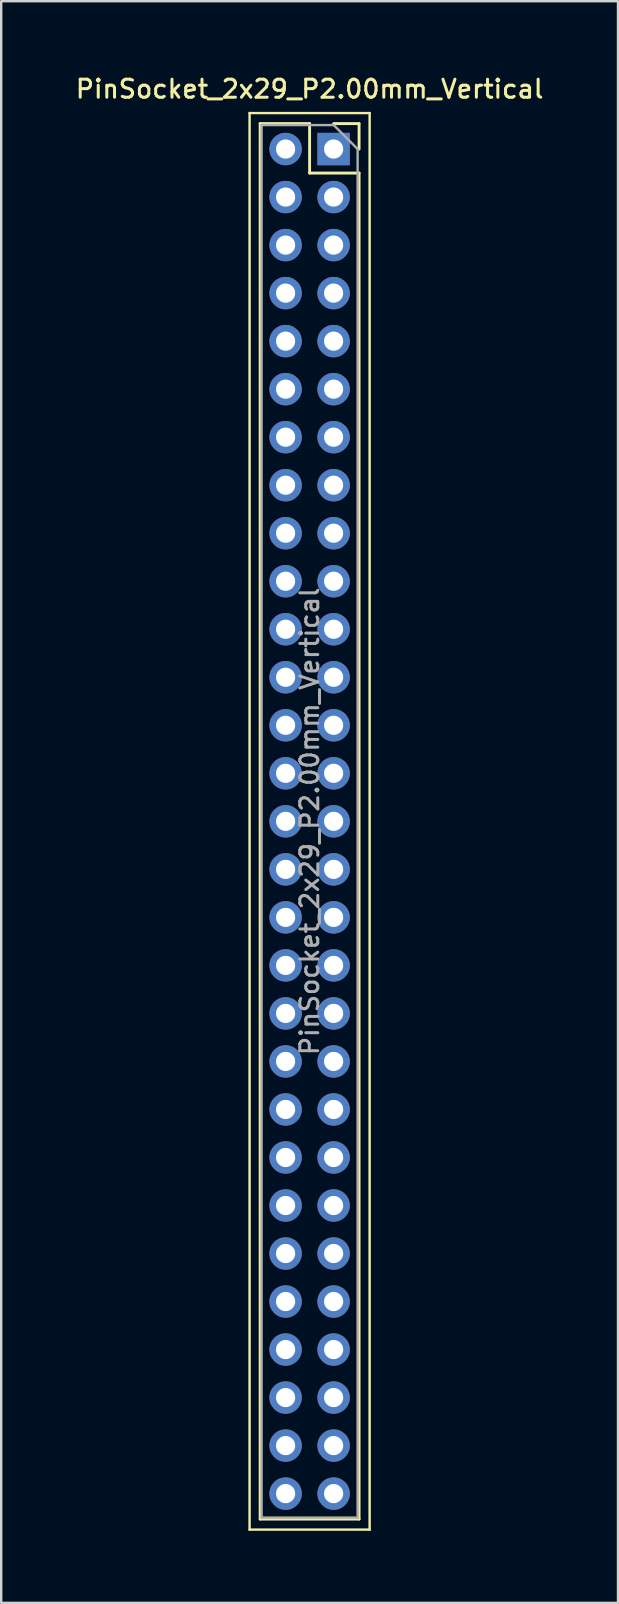
<source format=kicad_pcb>
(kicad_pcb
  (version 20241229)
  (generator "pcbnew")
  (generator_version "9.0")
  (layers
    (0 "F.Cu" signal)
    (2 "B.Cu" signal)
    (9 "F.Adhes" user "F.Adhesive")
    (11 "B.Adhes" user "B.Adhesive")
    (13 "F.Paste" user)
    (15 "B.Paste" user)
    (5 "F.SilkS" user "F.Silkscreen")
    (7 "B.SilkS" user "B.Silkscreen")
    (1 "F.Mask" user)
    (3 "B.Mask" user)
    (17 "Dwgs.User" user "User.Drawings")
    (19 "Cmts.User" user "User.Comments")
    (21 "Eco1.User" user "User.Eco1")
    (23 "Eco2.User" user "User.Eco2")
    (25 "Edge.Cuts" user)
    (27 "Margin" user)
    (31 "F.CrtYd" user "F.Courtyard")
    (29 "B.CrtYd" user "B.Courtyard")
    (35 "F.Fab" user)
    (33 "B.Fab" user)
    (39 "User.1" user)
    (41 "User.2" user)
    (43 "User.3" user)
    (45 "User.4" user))
  (footprint "PinSocket_2x29_P2.00mm_Vertical"
    (layer "F.Cu")
    (at 10.845 3.158)
    (property "Reference" "PinSocket_2x29_P2.00mm_Vertical" (at -1 -2.5 0) (layer "F.SilkS") (effects (font (size 0.75 0.75) (thickness 0.125))))
    (attr through_hole)
    (fp_line (start -3.5 -1.5) (end 1.5 -1.5) (stroke (width 0.1) (type solid)) (layer "F.SilkS"))
    (fp_line (start -3.5 57.5) (end -3.5 -1.5) (stroke (width 0.1) (type solid)) (layer "F.SilkS"))
    (fp_line (start -3.06 -1.06) (end -3.06 57.06) (stroke (width 0.12) (type solid)) (layer "F.SilkS"))
    (fp_line (start -3.06 -1.06) (end -1 -1.06) (stroke (width 0.12) (type solid)) (layer "F.SilkS"))
    (fp_line (start -3.06 57.06) (end 1.06 57.06) (stroke (width 0.12) (type solid)) (layer "F.SilkS"))
    (fp_line (start -1 -1.06) (end -1 1) (stroke (width 0.12) (type solid)) (layer "F.SilkS"))
    (fp_line (start -1 1) (end 1.06 1) (stroke (width 0.12) (type solid)) (layer "F.SilkS"))
    (fp_line (start 0 -1.06) (end 1.06 -1.06) (stroke (width 0.12) (type solid)) (layer "F.SilkS"))
    (fp_line (start 1.06 -1.06) (end 1.06 0) (stroke (width 0.12) (type solid)) (layer "F.SilkS"))
    (fp_line (start 1.06 1) (end 1.06 57.06) (stroke (width 0.12) (type solid)) (layer "F.SilkS"))
    (fp_line (start 1.5 -1.5) (end 1.5 57.5) (stroke (width 0.1) (type solid)) (layer "F.SilkS"))
    (fp_line (start 1.5 57.5) (end -3.5 57.5) (stroke (width 0.1) (type solid)) (layer "F.SilkS"))
    (fp_line (start -3 -1) (end 0 -1) (stroke (width 0.1) (type solid)) (layer "F.Fab"))
    (fp_line (start -3 57) (end -3 -1) (stroke (width 0.1) (type solid)) (layer "F.Fab"))
    (fp_line (start 0 -1) (end 1 0) (stroke (width 0.1) (type solid)) (layer "F.Fab"))
    (fp_line (start 1 0) (end 1 57) (stroke (width 0.1) (type solid)) (layer "F.Fab"))
    (fp_line (start 1 57) (end -3 57) (stroke (width 0.1) (type solid)) (layer "F.Fab"))
    (fp_text user "${REFERENCE}" (at -1 28 90) (layer "F.Fab") (effects (font (size 0.75 0.75) (thickness 0.125))))
    (pad "1" thru_hole rect (at 0 0) (size 1.35 1.35) (drill 0.8) (layers "*.Cu" "*.Mask"))
    (pad "2" thru_hole oval (at -2 0) (size 1.35 1.35) (drill 0.8) (layers "*.Cu" "*.Mask"))
    (pad "3" thru_hole oval (at 0 2) (size 1.35 1.35) (drill 0.8) (layers "*.Cu" "*.Mask"))
    (pad "4" thru_hole oval (at -2 2) (size 1.35 1.35) (drill 0.8) (layers "*.Cu" "*.Mask"))
    (pad "5" thru_hole oval (at 0 4) (size 1.35 1.35) (drill 0.8) (layers "*.Cu" "*.Mask"))
    (pad "6" thru_hole oval (at -2 4) (size 1.35 1.35) (drill 0.8) (layers "*.Cu" "*.Mask"))
    (pad "7" thru_hole oval (at 0 6) (size 1.35 1.35) (drill 0.8) (layers "*.Cu" "*.Mask"))
    (pad "8" thru_hole oval (at -2 6) (size 1.35 1.35) (drill 0.8) (layers "*.Cu" "*.Mask"))
    (pad "9" thru_hole oval (at 0 8) (size 1.35 1.35) (drill 0.8) (layers "*.Cu" "*.Mask"))
    (pad "10" thru_hole oval (at -2 8) (size 1.35 1.35) (drill 0.8) (layers "*.Cu" "*.Mask"))
    (pad "11" thru_hole oval (at 0 10) (size 1.35 1.35) (drill 0.8) (layers "*.Cu" "*.Mask"))
    (pad "12" thru_hole oval (at -2 10) (size 1.35 1.35) (drill 0.8) (layers "*.Cu" "*.Mask"))
    (pad "13" thru_hole oval (at 0 12) (size 1.35 1.35) (drill 0.8) (layers "*.Cu" "*.Mask"))
    (pad "14" thru_hole oval (at -2 12) (size 1.35 1.35) (drill 0.8) (layers "*.Cu" "*.Mask"))
    (pad "15" thru_hole oval (at 0 14) (size 1.35 1.35) (drill 0.8) (layers "*.Cu" "*.Mask"))
    (pad "16" thru_hole oval (at -2 14) (size 1.35 1.35) (drill 0.8) (layers "*.Cu" "*.Mask"))
    (pad "17" thru_hole oval (at 0 16) (size 1.35 1.35) (drill 0.8) (layers "*.Cu" "*.Mask"))
    (pad "18" thru_hole oval (at -2 16) (size 1.35 1.35) (drill 0.8) (layers "*.Cu" "*.Mask"))
    (pad "19" thru_hole oval (at 0 18) (size 1.35 1.35) (drill 0.8) (layers "*.Cu" "*.Mask"))
    (pad "20" thru_hole oval (at -2 18) (size 1.35 1.35) (drill 0.8) (layers "*.Cu" "*.Mask"))
    (pad "21" thru_hole oval (at 0 20) (size 1.35 1.35) (drill 0.8) (layers "*.Cu" "*.Mask"))
    (pad "22" thru_hole oval (at -2 20) (size 1.35 1.35) (drill 0.8) (layers "*.Cu" "*.Mask"))
    (pad "23" thru_hole oval (at 0 22) (size 1.35 1.35) (drill 0.8) (layers "*.Cu" "*.Mask"))
    (pad "24" thru_hole oval (at -2 22) (size 1.35 1.35) (drill 0.8) (layers "*.Cu" "*.Mask"))
    (pad "25" thru_hole oval (at 0 24) (size 1.35 1.35) (drill 0.8) (layers "*.Cu" "*.Mask"))
    (pad "26" thru_hole oval (at -2 24) (size 1.35 1.35) (drill 0.8) (layers "*.Cu" "*.Mask"))
    (pad "27" thru_hole oval (at 0 26) (size 1.35 1.35) (drill 0.8) (layers "*.Cu" "*.Mask"))
    (pad "28" thru_hole oval (at -2 26) (size 1.35 1.35) (drill 0.8) (layers "*.Cu" "*.Mask"))
    (pad "29" thru_hole oval (at 0 28) (size 1.35 1.35) (drill 0.8) (layers "*.Cu" "*.Mask"))
    (pad "30" thru_hole oval (at -2 28) (size 1.35 1.35) (drill 0.8) (layers "*.Cu" "*.Mask"))
    (pad "31" thru_hole oval (at 0 30) (size 1.35 1.35) (drill 0.8) (layers "*.Cu" "*.Mask"))
    (pad "32" thru_hole oval (at -2 30) (size 1.35 1.35) (drill 0.8) (layers "*.Cu" "*.Mask"))
    (pad "33" thru_hole oval (at 0 32) (size 1.35 1.35) (drill 0.8) (layers "*.Cu" "*.Mask"))
    (pad "34" thru_hole oval (at -2 32) (size 1.35 1.35) (drill 0.8) (layers "*.Cu" "*.Mask"))
    (pad "35" thru_hole oval (at 0 34) (size 1.35 1.35) (drill 0.8) (layers "*.Cu" "*.Mask"))
    (pad "36" thru_hole oval (at -2 34) (size 1.35 1.35) (drill 0.8) (layers "*.Cu" "*.Mask"))
    (pad "37" thru_hole oval (at 0 36) (size 1.35 1.35) (drill 0.8) (layers "*.Cu" "*.Mask"))
    (pad "38" thru_hole oval (at -2 36) (size 1.35 1.35) (drill 0.8) (layers "*.Cu" "*.Mask"))
    (pad "39" thru_hole oval (at 0 38) (size 1.35 1.35) (drill 0.8) (layers "*.Cu" "*.Mask"))
    (pad "40" thru_hole oval (at -2 38) (size 1.35 1.35) (drill 0.8) (layers "*.Cu" "*.Mask"))
    (pad "41" thru_hole oval (at 0 40) (size 1.35 1.35) (drill 0.8) (layers "*.Cu" "*.Mask"))
    (pad "42" thru_hole oval (at -2 40) (size 1.35 1.35) (drill 0.8) (layers "*.Cu" "*.Mask"))
    (pad "43" thru_hole oval (at 0 42) (size 1.35 1.35) (drill 0.8) (layers "*.Cu" "*.Mask"))
    (pad "44" thru_hole oval (at -2 42) (size 1.35 1.35) (drill 0.8) (layers "*.Cu" "*.Mask"))
    (pad "45" thru_hole oval (at 0 44) (size 1.35 1.35) (drill 0.8) (layers "*.Cu" "*.Mask"))
    (pad "46" thru_hole oval (at -2 44) (size 1.35 1.35) (drill 0.8) (layers "*.Cu" "*.Mask"))
    (pad "47" thru_hole oval (at 0 46) (size 1.35 1.35) (drill 0.8) (layers "*.Cu" "*.Mask"))
    (pad "48" thru_hole oval (at -2 46) (size 1.35 1.35) (drill 0.8) (layers "*.Cu" "*.Mask"))
    (pad "49" thru_hole oval (at 0 48) (size 1.35 1.35) (drill 0.8) (layers "*.Cu" "*.Mask"))
    (pad "50" thru_hole oval (at -2 48) (size 1.35 1.35) (drill 0.8) (layers "*.Cu" "*.Mask"))
    (pad "51" thru_hole oval (at 0 50) (size 1.35 1.35) (drill 0.8) (layers "*.Cu" "*.Mask"))
    (pad "52" thru_hole oval (at -2 50) (size 1.35 1.35) (drill 0.8) (layers "*.Cu" "*.Mask"))
    (pad "53" thru_hole oval (at 0 52) (size 1.35 1.35) (drill 0.8) (layers "*.Cu" "*.Mask"))
    (pad "54" thru_hole oval (at -2 52) (size 1.35 1.35) (drill 0.8) (layers "*.Cu" "*.Mask"))
    (pad "55" thru_hole oval (at 0 54) (size 1.35 1.35) (drill 0.8) (layers "*.Cu" "*.Mask"))
    (pad "56" thru_hole oval (at -2 54) (size 1.35 1.35) (drill 0.8) (layers "*.Cu" "*.Mask"))
    (pad "57" thru_hole oval (at 0 56) (size 1.35 1.35) (drill 0.8) (layers "*.Cu" "*.Mask"))
    (pad "58" thru_hole oval (at -2 56) (size 1.35 1.35) (drill 0.8) (layers "*.Cu" "*.Mask")))
  (gr_rect
    (start -3 -3)
    (end 22.689 63.708)
    (stroke (width 0.1) (type default))
    (fill no)
    (layer "Edge.Cuts")))
</source>
